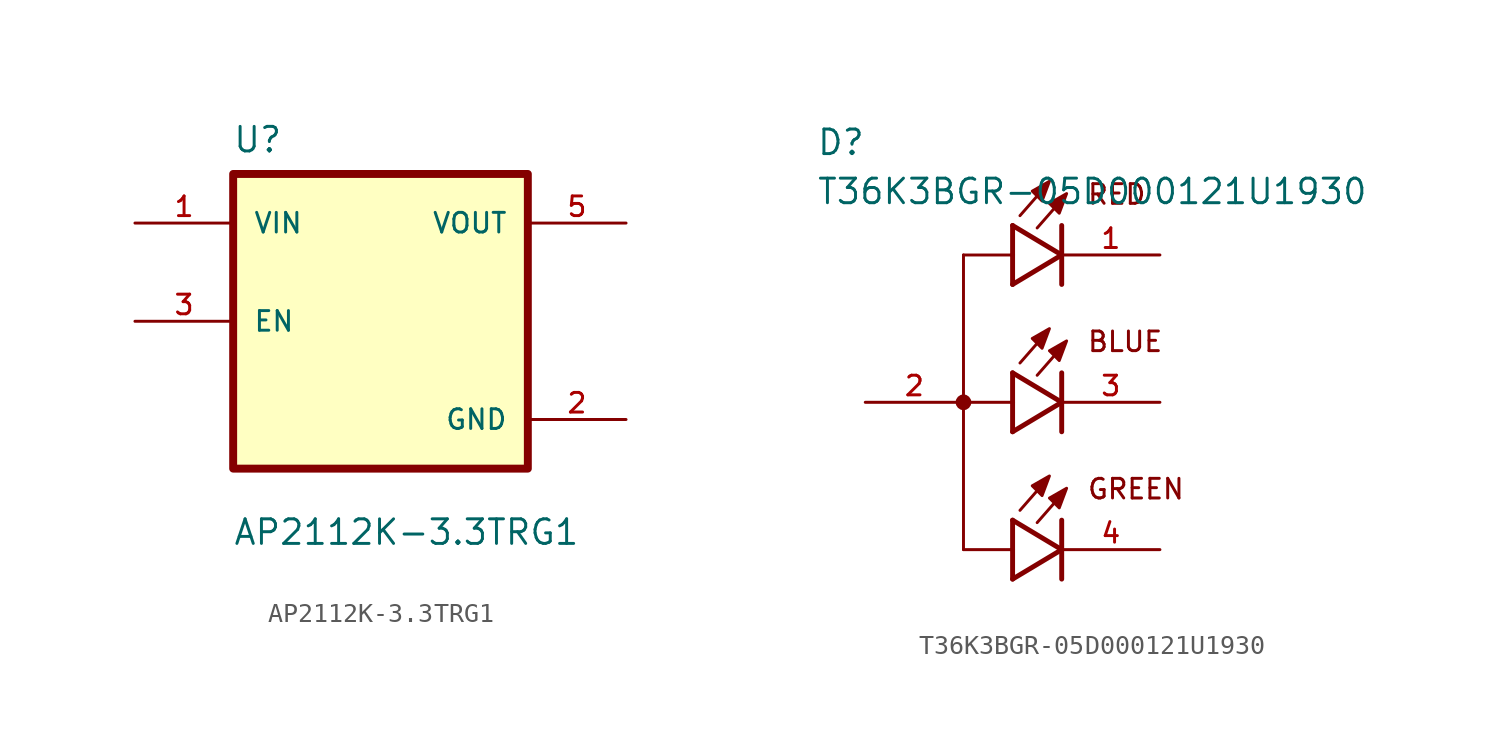
<source format=kicad_sym>
(kicad_symbol_lib
  (version 20211014)
  (generator kicad_symbol_editor)
  (symbol "AP2112K-3.3TRG1"
    (pin_names
      (offset 1.016))
    (property "Reference" "U"
      (at -7.663 8.648 0)
      (effects (font (size 1.27 1.27)) (justify left bottom)))
    (property "Value" "AP2112K-3.3TRG1"
      (at -7.649 -11.651 0)
      (effects (font (size 1.27 1.27)) (justify left bottom)))
    (symbol "AP2112K-3.3TRG1_0_0"
      (rectangle (start -7.62 -7.62) (end 7.62 7.62) (stroke (width 0.41) (type default) (color 0 0 0 0)) (fill (type background)))
      (pin power_in line (at -12.7 5.08 0) (length 5.08) (name "VIN" (effects (font (size 1.016 1.016)))) (number "1" (effects (font (size 1.016 1.016)))))
      (pin power_in line (at 12.7 -5.08 180) (length 5.08) (name "GND" (effects (font (size 1.016 1.016)))) (number "2" (effects (font (size 1.016 1.016)))))
      (pin input line (at -12.7 0 0) (length 5.08) (name "EN" (effects (font (size 1.016 1.016)))) (number "3" (effects (font (size 1.016 1.016)))))
      (pin power_in line (at 12.7 5.08 180) (length 5.08) (name "VOUT" (effects (font (size 1.016 1.016)))) (number "5" (effects (font (size 1.016 1.016)))))))
  (symbol "T36K3BGR-05D000121U1930"
    (pin_names
      (offset 1.016))
    (property "Reference" "D"
      (at -10.16 12.7 0)
      (effects (font (size 1.27 1.27)) (justify left bottom)))
    (property "Value" "T36K3BGR-05D000121U1930"
      (at -10.16 10.16 0)
      (effects (font (size 1.27 1.27)) (justify left bottom)))
    (symbol "T36K3BGR-05D000121U1930_0_0"
      (circle (center -2.54 0) (radius 0.203) (stroke (width 0.406) (type default) (color 0 0 0 0)) (fill (type none)))
      (polyline (pts (xy -2.54 -7.62) (xy 0 -7.62)) (stroke (width 0.152) (type default) (color 0 0 0 0)) (fill (type none)))
      (polyline (pts (xy -2.54 0) (xy -2.54 -7.62)) (stroke (width 0.152) (type default) (color 0 0 0 0)) (fill (type none)))
      (polyline (pts (xy -2.54 7.62) (xy -2.54 0)) (stroke (width 0.152) (type default) (color 0 0 0 0)) (fill (type none)))
      (polyline (pts (xy 0 -9.144) (xy 2.54 -7.62)) (stroke (width 0.254) (type default) (color 0 0 0 0)) (fill (type none)))
      (polyline (pts (xy 0 -7.62) (xy 0 -9.144)) (stroke (width 0.254) (type default) (color 0 0 0 0)) (fill (type none)))
      (polyline (pts (xy 0 -6.096) (xy 0 -7.62)) (stroke (width 0.254) (type default) (color 0 0 0 0)) (fill (type none)))
      (polyline (pts (xy 0 -1.524) (xy 2.54 0)) (stroke (width 0.254) (type default) (color 0 0 0 0)) (fill (type none)))
      (polyline (pts (xy 0 0) (xy -2.54 0)) (stroke (width 0.152) (type default) (color 0 0 0 0)) (fill (type none)))
      (polyline (pts (xy 0 0) (xy 0 -1.524)) (stroke (width 0.254) (type default) (color 0 0 0 0)) (fill (type none)))
      (polyline (pts (xy 0 1.524) (xy 0 0)) (stroke (width 0.254) (type default) (color 0 0 0 0)) (fill (type none)))
      (polyline (pts (xy 0 6.096) (xy 2.54 7.62)) (stroke (width 0.254) (type default) (color 0 0 0 0)) (fill (type none)))
      (polyline (pts (xy 0 7.62) (xy -2.54 7.62)) (stroke (width 0.152) (type default) (color 0 0 0 0)) (fill (type none)))
      (polyline (pts (xy 0 7.62) (xy 0 6.096)) (stroke (width 0.254) (type default) (color 0 0 0 0)) (fill (type none)))
      (polyline (pts (xy 0 9.144) (xy 0 7.62)) (stroke (width 0.254) (type default) (color 0 0 0 0)) (fill (type none)))
      (polyline (pts (xy 1.27 -4.572) (xy 0.381 -5.588)) (stroke (width 0.152) (type default) (color 0 0 0 0)) (fill (type none)))
      (polyline (pts (xy 1.27 3.048) (xy 0.381 2.032)) (stroke (width 0.152) (type default) (color 0 0 0 0)) (fill (type none)))
      (polyline (pts (xy 1.27 10.668) (xy 0.381 9.652)) (stroke (width 0.152) (type default) (color 0 0 0 0)) (fill (type none)))
      (polyline (pts (xy 2.159 -5.207) (xy 1.27 -6.223)) (stroke (width 0.152) (type default) (color 0 0 0 0)) (fill (type none)))
      (polyline (pts (xy 2.159 2.413) (xy 1.27 1.397)) (stroke (width 0.152) (type default) (color 0 0 0 0)) (fill (type none)))
      (polyline (pts (xy 2.159 10.033) (xy 1.27 9.017)) (stroke (width 0.152) (type default) (color 0 0 0 0)) (fill (type none)))
      (polyline (pts (xy 2.54 -7.62) (xy 0 -6.096)) (stroke (width 0.254) (type default) (color 0 0 0 0)) (fill (type none)))
      (polyline (pts (xy 2.54 -6.096) (xy 2.54 -9.144)) (stroke (width 0.254) (type default) (color 0 0 0 0)) (fill (type none)))
      (polyline (pts (xy 2.54 0) (xy 0 1.524)) (stroke (width 0.254) (type default) (color 0 0 0 0)) (fill (type none)))
      (polyline (pts (xy 2.54 1.524) (xy 2.54 -1.524)) (stroke (width 0.254) (type default) (color 0 0 0 0)) (fill (type none)))
      (polyline (pts (xy 2.54 7.62) (xy 0 9.144)) (stroke (width 0.254) (type default) (color 0 0 0 0)) (fill (type none)))
      (polyline (pts (xy 2.54 9.144) (xy 2.54 6.096)) (stroke (width 0.254) (type default) (color 0 0 0 0)) (fill (type none)))
      (polyline (pts (xy 1.016 -4.318) (xy 1.524 -4.826) (xy 1.905 -3.81) (xy 1.016 -4.318)) (stroke (width 0.152) (type default) (color 0 0 0 0)) (fill (type outline)))
      (polyline (pts (xy 1.016 3.302) (xy 1.524 2.794) (xy 1.905 3.81) (xy 1.016 3.302)) (stroke (width 0.152) (type default) (color 0 0 0 0)) (fill (type outline)))
      (polyline (pts (xy 1.016 10.922) (xy 1.524 10.414) (xy 1.905 11.43) (xy 1.016 10.922)) (stroke (width 0.152) (type default) (color 0 0 0 0)) (fill (type outline)))
      (polyline (pts (xy 1.905 -4.953) (xy 2.413 -5.461) (xy 2.794 -4.445) (xy 1.905 -4.953)) (stroke (width 0.152) (type default) (color 0 0 0 0)) (fill (type outline)))
      (polyline (pts (xy 1.905 2.667) (xy 2.413 2.159) (xy 2.794 3.175) (xy 1.905 2.667)) (stroke (width 0.152) (type default) (color 0 0 0 0)) (fill (type outline)))
      (polyline (pts (xy 1.905 10.287) (xy 2.413 9.779) (xy 2.794 10.795) (xy 1.905 10.287)) (stroke (width 0.152) (type default) (color 0 0 0 0)) (fill (type outline)))
      (text "BLUE" (at 3.81 2.54 0) (effects (font (size 1.016 1.016)) (justify left bottom)))
      (text "GREEN" (at 3.81 -5.08 0) (effects (font (size 1.016 1.016)) (justify left bottom)))
      (text "RED" (at 3.81 10.16 0) (effects (font (size 1.016 1.016)) (justify left bottom)))
      (pin passive line (at 7.62 7.62 180) (length 5.08) (name "~" (effects (font (size 1.016 1.016)))) (number "1" (effects (font (size 1.016 1.016)))))
      (pin passive line (at -7.62 0 0) (length 5.08) (name "~" (effects (font (size 1.016 1.016)))) (number "2" (effects (font (size 1.016 1.016)))))
      (pin passive line (at 7.62 0 180) (length 5.08) (name "~" (effects (font (size 1.016 1.016)))) (number "3" (effects (font (size 1.016 1.016)))))
      (pin passive line (at 7.62 -7.62 180) (length 5.08) (name "~" (effects (font (size 1.016 1.016)))) (number "4" (effects (font (size 1.016 1.016))))))))
</source>
